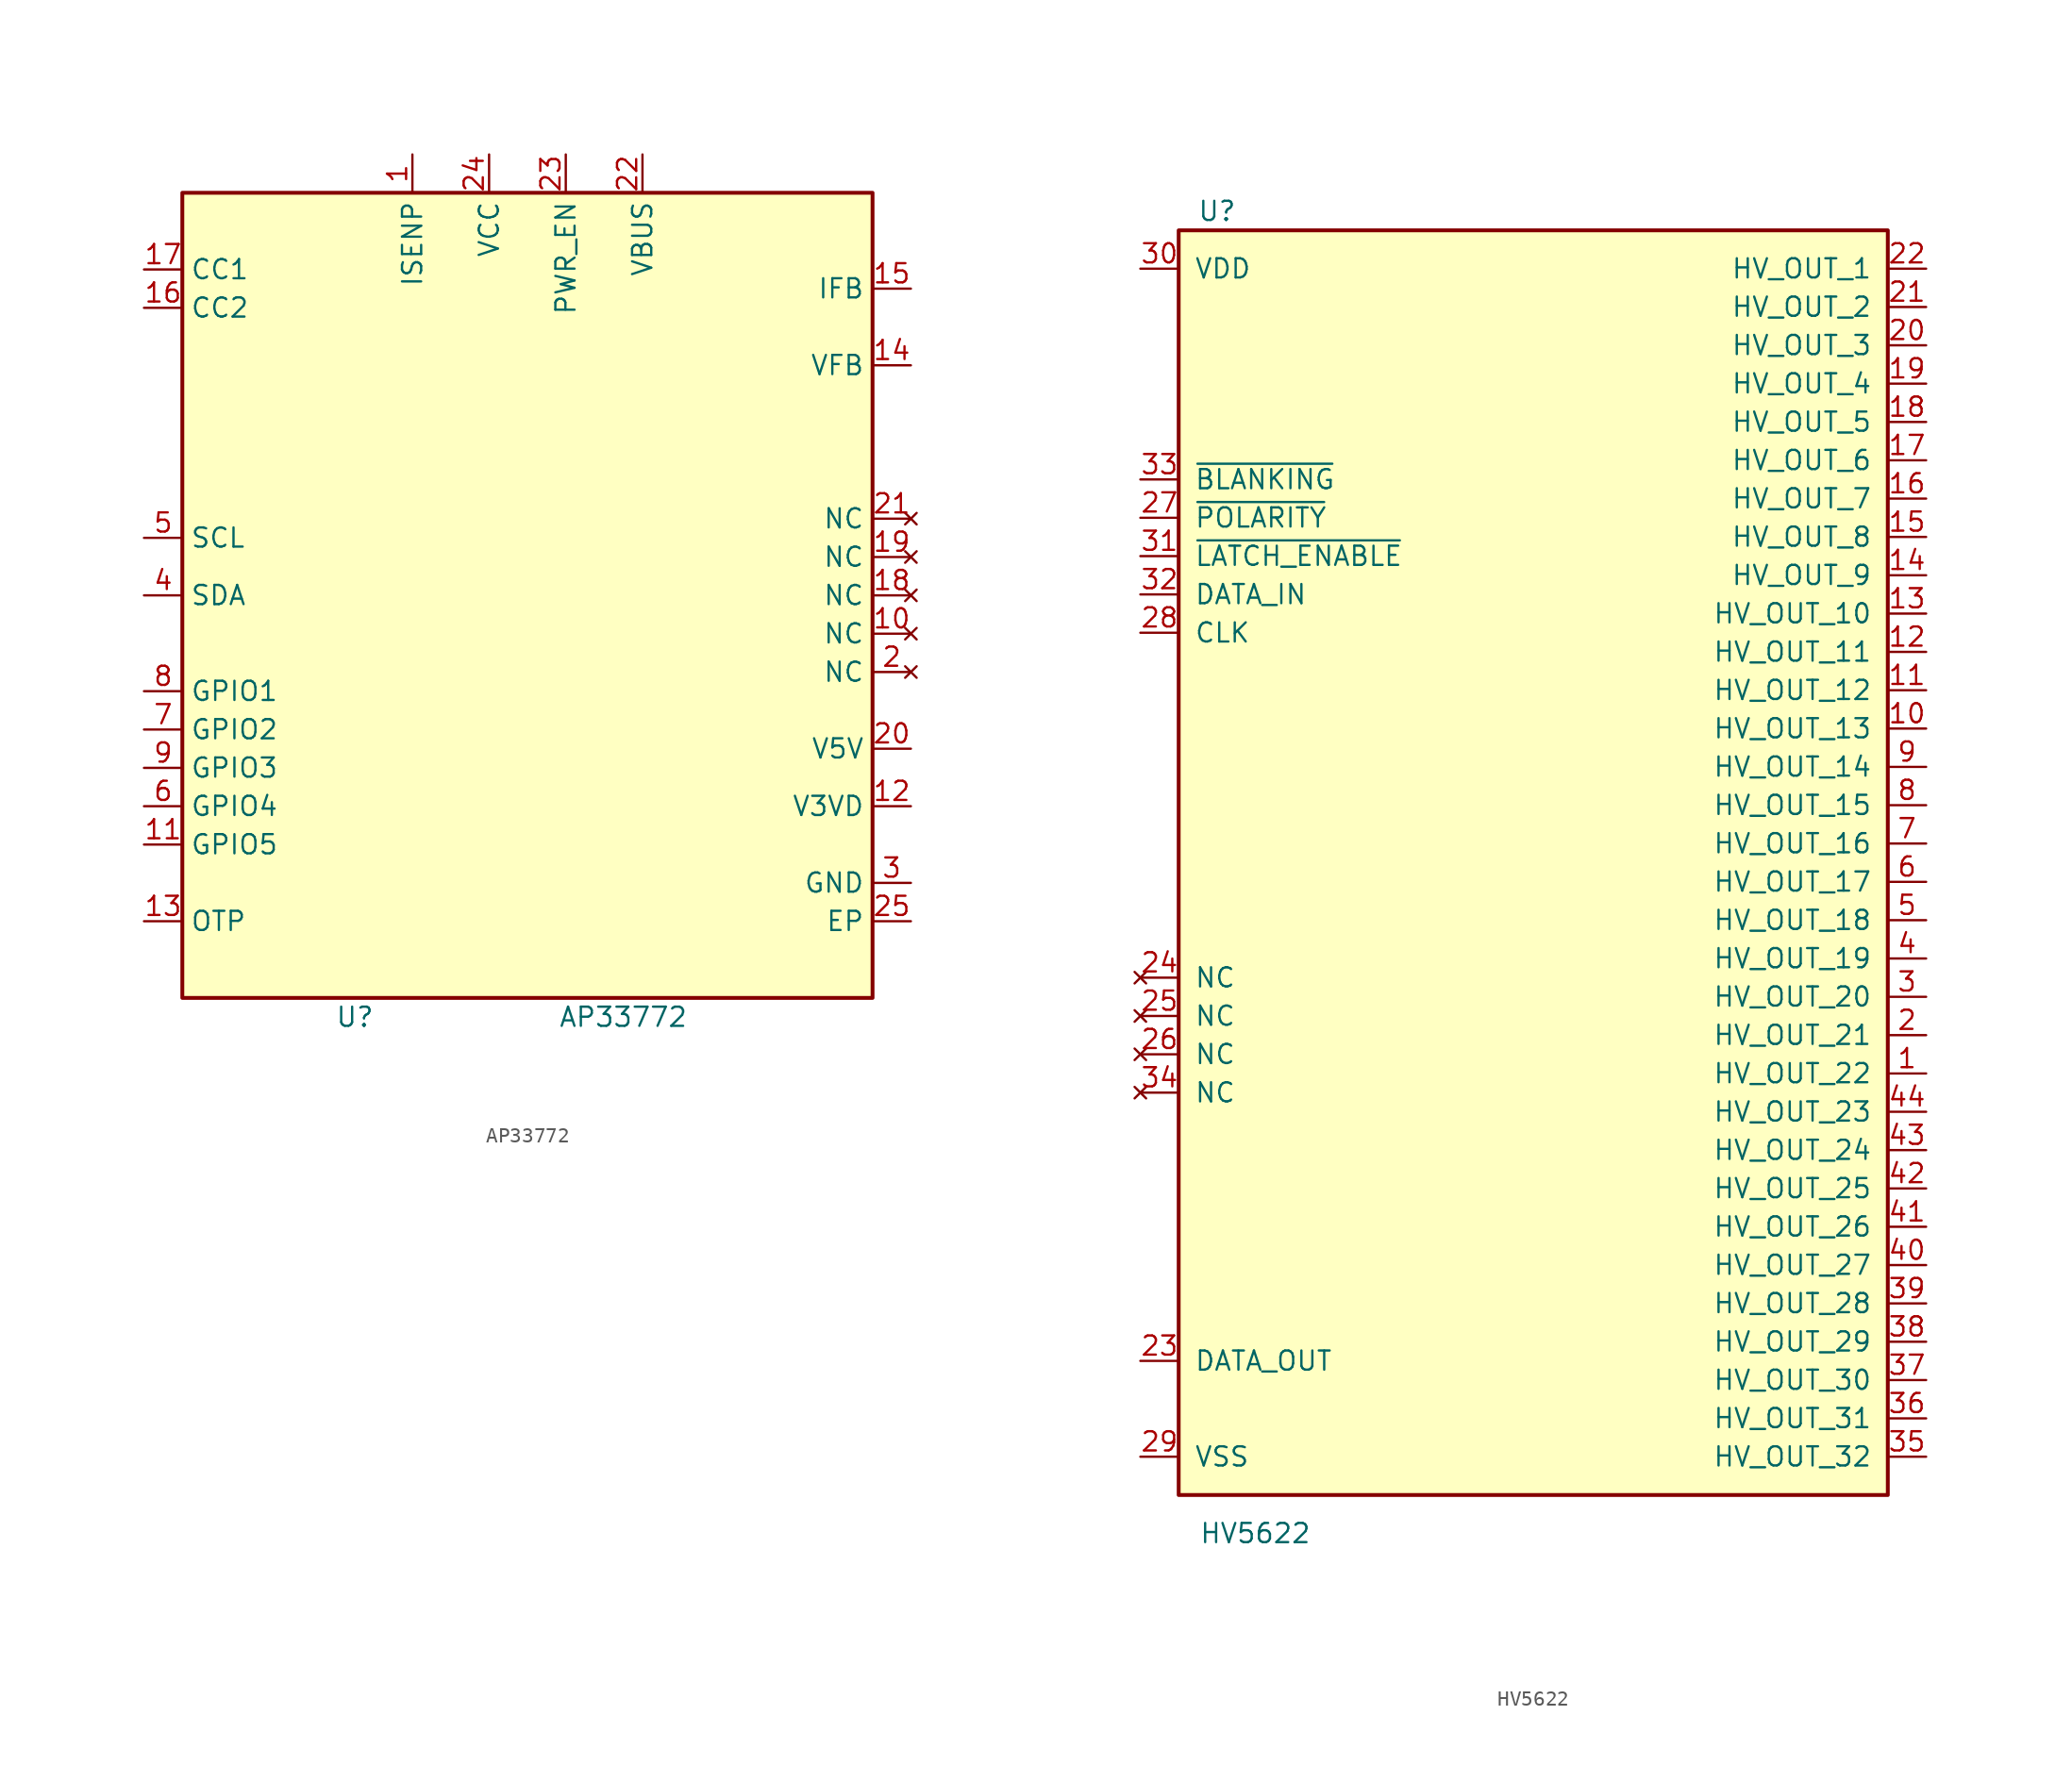
<source format=kicad_sym>
(kicad_symbol_lib
  (version 20220914)
  (generator kicad_symbol_editor)
  (symbol "AP33772"
    (property "Reference" "U"
      (at 19.05 -31.75 0)
      (effects (font (size 1.27 1.27))))
    (property "Value" "AP33772"
      (at 36.83 -31.75 0)
      (effects (font (size 1.27 1.27))))
    (symbol "AP33772_1_1"
      (rectangle (start 7.62 22.86) (end 53.34 -30.48) (stroke (width 0.254) (type default)) (fill (type background)))
      (pin input line (at 22.86 25.4 270) (length 2.54) (name "ISENP" (effects (font (size 1.27 1.27)))) (number "1" (effects (font (size 1.27 1.27)))))
      (pin no_connect line (at 55.88 -6.35 180) (length 2.54) (name "NC" (effects (font (size 1.27 1.27)))) (number "10" (effects (font (size 1.27 1.27)))))
      (pin bidirectional line (at 5.08 -20.32 0) (length 2.54) (name "GPIO5" (effects (font (size 1.27 1.27)))) (number "11" (effects (font (size 1.27 1.27)))))
      (pin power_out line (at 55.88 -17.78 180) (length 2.54) (name "V3VD" (effects (font (size 1.27 1.27)))) (number "12" (effects (font (size 1.27 1.27)))))
      (pin output line (at 5.08 -25.4 0) (length 2.54) (name "OTP" (effects (font (size 1.27 1.27)))) (number "13" (effects (font (size 1.27 1.27)))))
      (pin input line (at 55.88 11.43 180) (length 2.54) (name "VFB" (effects (font (size 1.27 1.27)))) (number "14" (effects (font (size 1.27 1.27)))))
      (pin input line (at 55.88 16.51 180) (length 2.54) (name "IFB" (effects (font (size 1.27 1.27)))) (number "15" (effects (font (size 1.27 1.27)))))
      (pin bidirectional line (at 5.08 15.24 0) (length 2.54) (name "CC2" (effects (font (size 1.27 1.27)))) (number "16" (effects (font (size 1.27 1.27)))))
      (pin bidirectional line (at 5.08 17.78 0) (length 2.54) (name "CC1" (effects (font (size 1.27 1.27)))) (number "17" (effects (font (size 1.27 1.27)))))
      (pin no_connect line (at 55.88 -3.81 180) (length 2.54) (name "NC" (effects (font (size 1.27 1.27)))) (number "18" (effects (font (size 1.27 1.27)))))
      (pin no_connect line (at 55.88 -1.27 180) (length 2.54) (name "NC" (effects (font (size 1.27 1.27)))) (number "19" (effects (font (size 1.27 1.27)))))
      (pin no_connect line (at 55.88 -8.89 180) (length 2.54) (name "NC" (effects (font (size 1.27 1.27)))) (number "2" (effects (font (size 1.27 1.27)))))
      (pin power_out line (at 55.88 -13.97 180) (length 2.54) (name "V5V" (effects (font (size 1.27 1.27)))) (number "20" (effects (font (size 1.27 1.27)))))
      (pin no_connect line (at 55.88 1.27 180) (length 2.54) (name "NC" (effects (font (size 1.27 1.27)))) (number "21" (effects (font (size 1.27 1.27)))))
      (pin input line (at 38.1 25.4 270) (length 2.54) (name "VBUS" (effects (font (size 1.27 1.27)))) (number "22" (effects (font (size 1.27 1.27)))))
      (pin input line (at 33.02 25.4 270) (length 2.54) (name "PWR_EN" (effects (font (size 1.27 1.27)))) (number "23" (effects (font (size 1.27 1.27)))))
      (pin power_in line (at 27.94 25.4 270) (length 2.54) (name "VCC" (effects (font (size 1.27 1.27)))) (number "24" (effects (font (size 1.27 1.27)))))
      (pin power_in line (at 55.88 -25.4 180) (length 2.54) (name "EP" (effects (font (size 1.27 1.27)))) (number "25" (effects (font (size 1.27 1.27)))))
      (pin power_in line (at 55.88 -22.86 180) (length 2.54) (name "GND" (effects (font (size 1.27 1.27)))) (number "3" (effects (font (size 1.27 1.27)))))
      (pin bidirectional line (at 5.08 -3.81 0) (length 2.54) (name "SDA" (effects (font (size 1.27 1.27)))) (number "4" (effects (font (size 1.27 1.27)))))
      (pin input line (at 5.08 0 0) (length 2.54) (name "SCL" (effects (font (size 1.27 1.27)))) (number "5" (effects (font (size 1.27 1.27)))))
      (pin bidirectional line (at 5.08 -17.78 0) (length 2.54) (name "GPIO4" (effects (font (size 1.27 1.27)))) (number "6" (effects (font (size 1.27 1.27)))))
      (pin bidirectional line (at 5.08 -12.7 0) (length 2.54) (name "GPIO2" (effects (font (size 1.27 1.27)))) (number "7" (effects (font (size 1.27 1.27)))))
      (pin bidirectional line (at 5.08 -10.16 0) (length 2.54) (name "GPIO1" (effects (font (size 1.27 1.27)))) (number "8" (effects (font (size 1.27 1.27)))))
      (pin bidirectional line (at 5.08 -15.24 0) (length 2.54) (name "GPIO3" (effects (font (size 1.27 1.27)))) (number "9" (effects (font (size 1.27 1.27)))))))
  (symbol "HV5622"
    (pin_names
      (offset 1.016))
    (property "Reference" "U"
      (at -21.59 53.34 0)
      (effects (font (size 1.27 1.27))))
    (property "Value" "HV5622"
      (at -19.05 -34.29 0)
      (effects (font (size 1.27 1.27))))
    (symbol "HV5622_0_1"
      (rectangle (start -24.13 52.07) (end 22.86 -31.75) (stroke (width 0.254) (type solid)) (fill (type background))))
    (symbol "HV5622_1_1"
      (pin open_collector line (at 25.4 -3.81 180) (length 2.54) (name "HV_OUT_22" (effects (font (size 1.27 1.27)))) (number "1" (effects (font (size 1.27 1.27)))))
      (pin open_collector line (at 25.4 19.05 180) (length 2.54) (name "HV_OUT_13" (effects (font (size 1.27 1.27)))) (number "10" (effects (font (size 1.27 1.27)))))
      (pin open_collector line (at 25.4 21.59 180) (length 2.54) (name "HV_OUT_12" (effects (font (size 1.27 1.27)))) (number "11" (effects (font (size 1.27 1.27)))))
      (pin open_collector line (at 25.4 24.13 180) (length 2.54) (name "HV_OUT_11" (effects (font (size 1.27 1.27)))) (number "12" (effects (font (size 1.27 1.27)))))
      (pin open_collector line (at 25.4 26.67 180) (length 2.54) (name "HV_OUT_10" (effects (font (size 1.27 1.27)))) (number "13" (effects (font (size 1.27 1.27)))))
      (pin open_collector line (at 25.4 29.21 180) (length 2.54) (name "HV_OUT_9" (effects (font (size 1.27 1.27)))) (number "14" (effects (font (size 1.27 1.27)))))
      (pin open_collector line (at 25.4 31.75 180) (length 2.54) (name "HV_OUT_8" (effects (font (size 1.27 1.27)))) (number "15" (effects (font (size 1.27 1.27)))))
      (pin open_collector line (at 25.4 34.29 180) (length 2.54) (name "HV_OUT_7" (effects (font (size 1.27 1.27)))) (number "16" (effects (font (size 1.27 1.27)))))
      (pin open_collector line (at 25.4 36.83 180) (length 2.54) (name "HV_OUT_6" (effects (font (size 1.27 1.27)))) (number "17" (effects (font (size 1.27 1.27)))))
      (pin open_collector line (at 25.4 39.37 180) (length 2.54) (name "HV_OUT_5" (effects (font (size 1.27 1.27)))) (number "18" (effects (font (size 1.27 1.27)))))
      (pin open_collector line (at 25.4 41.91 180) (length 2.54) (name "HV_OUT_4" (effects (font (size 1.27 1.27)))) (number "19" (effects (font (size 1.27 1.27)))))
      (pin open_collector line (at 25.4 -1.27 180) (length 2.54) (name "HV_OUT_21" (effects (font (size 1.27 1.27)))) (number "2" (effects (font (size 1.27 1.27)))))
      (pin open_collector line (at 25.4 44.45 180) (length 2.54) (name "HV_OUT_3" (effects (font (size 1.27 1.27)))) (number "20" (effects (font (size 1.27 1.27)))))
      (pin open_collector line (at 25.4 46.99 180) (length 2.54) (name "HV_OUT_2" (effects (font (size 1.27 1.27)))) (number "21" (effects (font (size 1.27 1.27)))))
      (pin open_collector line (at 25.4 49.53 180) (length 2.54) (name "HV_OUT_1" (effects (font (size 1.27 1.27)))) (number "22" (effects (font (size 1.27 1.27)))))
      (pin output line (at -26.67 -22.86 0) (length 2.54) (name "DATA_OUT" (effects (font (size 1.27 1.27)))) (number "23" (effects (font (size 1.27 1.27)))))
      (pin no_connect line (at -26.67 2.54 0) (length 2.54) (name "NC" (effects (font (size 1.27 1.27)))) (number "24" (effects (font (size 1.27 1.27)))))
      (pin no_connect line (at -26.67 0 0) (length 2.54) (name "NC" (effects (font (size 1.27 1.27)))) (number "25" (effects (font (size 1.27 1.27)))))
      (pin no_connect line (at -26.67 -2.54 0) (length 2.54) (name "NC" (effects (font (size 1.27 1.27)))) (number "26" (effects (font (size 1.27 1.27)))))
      (pin input line (at -26.67 33.02 0) (length 2.54) (name "~{POLARITY}" (effects (font (size 1.27 1.27)))) (number "27" (effects (font (size 1.27 1.27)))))
      (pin input line (at -26.67 25.4 0) (length 2.54) (name "CLK" (effects (font (size 1.27 1.27)))) (number "28" (effects (font (size 1.27 1.27)))))
      (pin power_in line (at -26.67 -29.21 0) (length 2.54) (name "VSS" (effects (font (size 1.27 1.27)))) (number "29" (effects (font (size 1.27 1.27)))))
      (pin open_collector line (at 25.4 1.27 180) (length 2.54) (name "HV_OUT_20" (effects (font (size 1.27 1.27)))) (number "3" (effects (font (size 1.27 1.27)))))
      (pin power_in line (at -26.67 49.53 0) (length 2.54) (name "VDD" (effects (font (size 1.27 1.27)))) (number "30" (effects (font (size 1.27 1.27)))))
      (pin input line (at -26.67 30.48 0) (length 2.54) (name "~{LATCH_ENABLE}" (effects (font (size 1.27 1.27)))) (number "31" (effects (font (size 1.27 1.27)))))
      (pin input line (at -26.67 27.94 0) (length 2.54) (name "DATA_IN" (effects (font (size 1.27 1.27)))) (number "32" (effects (font (size 1.27 1.27)))))
      (pin input line (at -26.67 35.56 0) (length 2.54) (name "~{BLANKING}" (effects (font (size 1.27 1.27)))) (number "33" (effects (font (size 1.27 1.27)))))
      (pin no_connect line (at -26.67 -5.08 0) (length 2.54) (name "NC" (effects (font (size 1.27 1.27)))) (number "34" (effects (font (size 1.27 1.27)))))
      (pin open_collector line (at 25.4 -29.21 180) (length 2.54) (name "HV_OUT_32" (effects (font (size 1.27 1.27)))) (number "35" (effects (font (size 1.27 1.27)))))
      (pin open_collector line (at 25.4 -26.67 180) (length 2.54) (name "HV_OUT_31" (effects (font (size 1.27 1.27)))) (number "36" (effects (font (size 1.27 1.27)))))
      (pin open_collector line (at 25.4 -24.13 180) (length 2.54) (name "HV_OUT_30" (effects (font (size 1.27 1.27)))) (number "37" (effects (font (size 1.27 1.27)))))
      (pin open_collector line (at 25.4 -21.59 180) (length 2.54) (name "HV_OUT_29" (effects (font (size 1.27 1.27)))) (number "38" (effects (font (size 1.27 1.27)))))
      (pin open_collector line (at 25.4 -19.05 180) (length 2.54) (name "HV_OUT_28" (effects (font (size 1.27 1.27)))) (number "39" (effects (font (size 1.27 1.27)))))
      (pin open_collector line (at 25.4 3.81 180) (length 2.54) (name "HV_OUT_19" (effects (font (size 1.27 1.27)))) (number "4" (effects (font (size 1.27 1.27)))))
      (pin open_collector line (at 25.4 -16.51 180) (length 2.54) (name "HV_OUT_27" (effects (font (size 1.27 1.27)))) (number "40" (effects (font (size 1.27 1.27)))))
      (pin open_collector line (at 25.4 -13.97 180) (length 2.54) (name "HV_OUT_26" (effects (font (size 1.27 1.27)))) (number "41" (effects (font (size 1.27 1.27)))))
      (pin open_collector line (at 25.4 -11.43 180) (length 2.54) (name "HV_OUT_25" (effects (font (size 1.27 1.27)))) (number "42" (effects (font (size 1.27 1.27)))))
      (pin open_collector line (at 25.4 -8.89 180) (length 2.54) (name "HV_OUT_24" (effects (font (size 1.27 1.27)))) (number "43" (effects (font (size 1.27 1.27)))))
      (pin open_collector line (at 25.4 -6.35 180) (length 2.54) (name "HV_OUT_23" (effects (font (size 1.27 1.27)))) (number "44" (effects (font (size 1.27 1.27)))))
      (pin open_collector line (at 25.4 6.35 180) (length 2.54) (name "HV_OUT_18" (effects (font (size 1.27 1.27)))) (number "5" (effects (font (size 1.27 1.27)))))
      (pin open_collector line (at 25.4 8.89 180) (length 2.54) (name "HV_OUT_17" (effects (font (size 1.27 1.27)))) (number "6" (effects (font (size 1.27 1.27)))))
      (pin open_collector line (at 25.4 11.43 180) (length 2.54) (name "HV_OUT_16" (effects (font (size 1.27 1.27)))) (number "7" (effects (font (size 1.27 1.27)))))
      (pin open_collector line (at 25.4 13.97 180) (length 2.54) (name "HV_OUT_15" (effects (font (size 1.27 1.27)))) (number "8" (effects (font (size 1.27 1.27)))))
      (pin open_collector line (at 25.4 16.51 180) (length 2.54) (name "HV_OUT_14" (effects (font (size 1.27 1.27)))) (number "9" (effects (font (size 1.27 1.27))))))))
</source>
